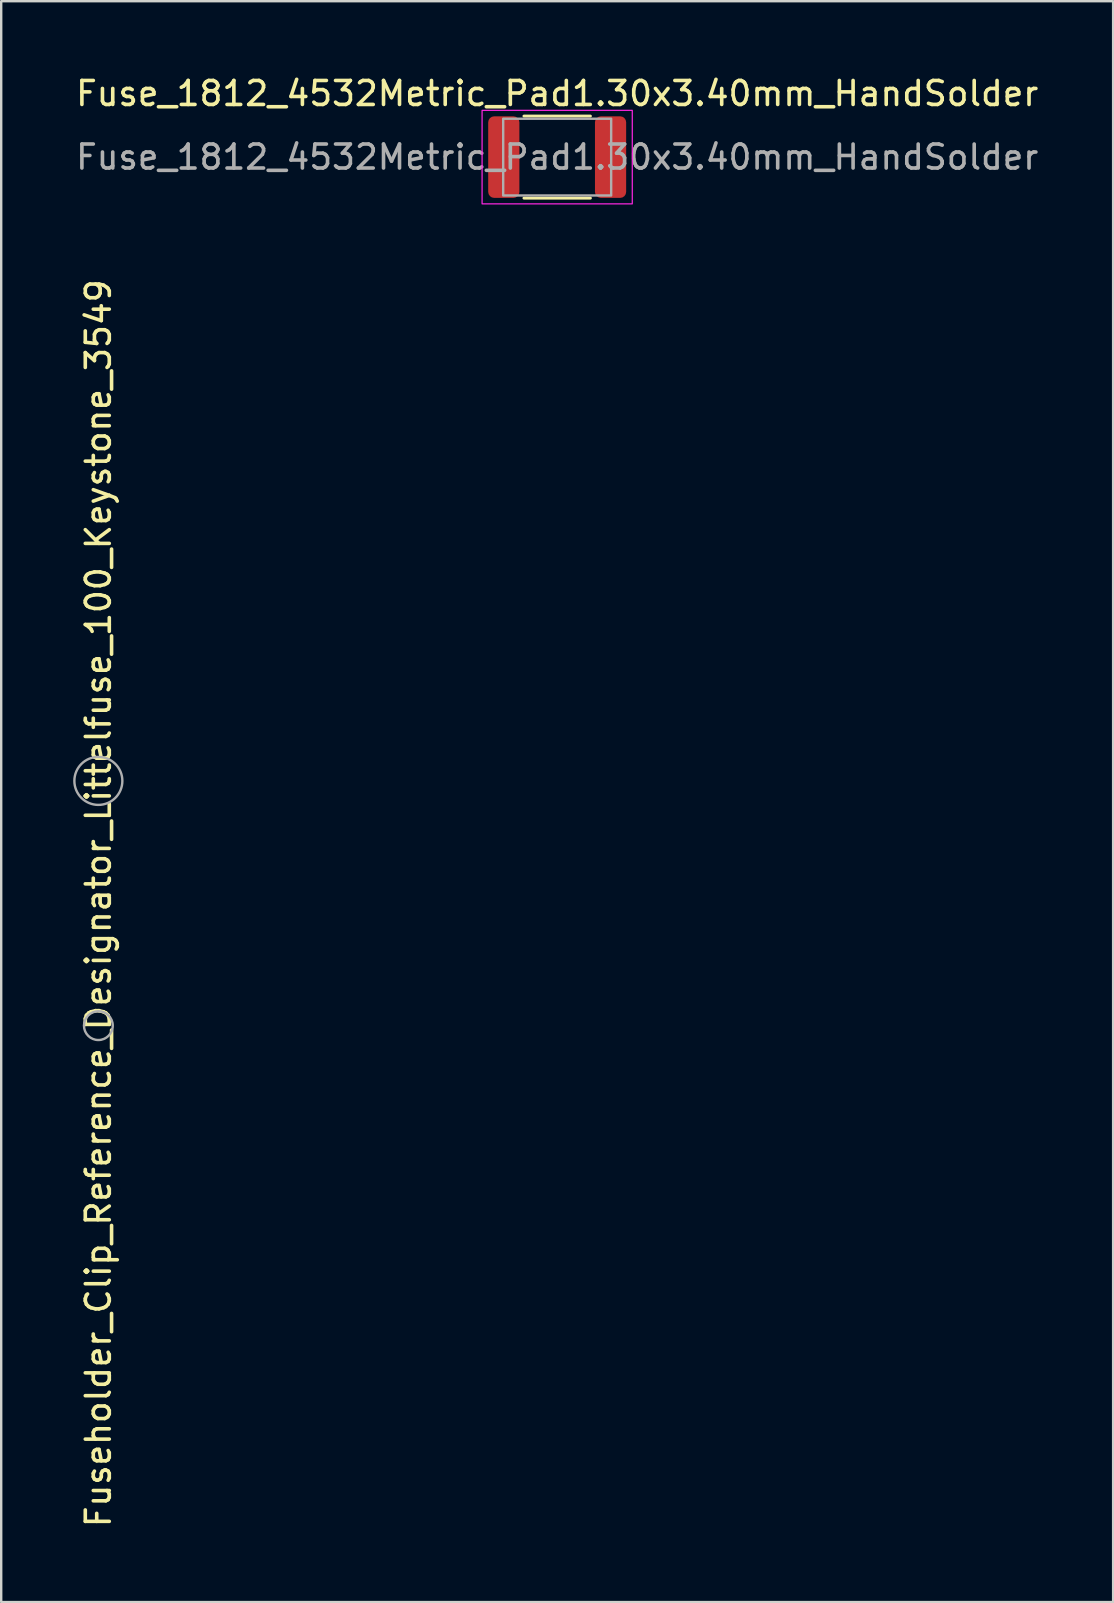
<source format=kicad_pcb>
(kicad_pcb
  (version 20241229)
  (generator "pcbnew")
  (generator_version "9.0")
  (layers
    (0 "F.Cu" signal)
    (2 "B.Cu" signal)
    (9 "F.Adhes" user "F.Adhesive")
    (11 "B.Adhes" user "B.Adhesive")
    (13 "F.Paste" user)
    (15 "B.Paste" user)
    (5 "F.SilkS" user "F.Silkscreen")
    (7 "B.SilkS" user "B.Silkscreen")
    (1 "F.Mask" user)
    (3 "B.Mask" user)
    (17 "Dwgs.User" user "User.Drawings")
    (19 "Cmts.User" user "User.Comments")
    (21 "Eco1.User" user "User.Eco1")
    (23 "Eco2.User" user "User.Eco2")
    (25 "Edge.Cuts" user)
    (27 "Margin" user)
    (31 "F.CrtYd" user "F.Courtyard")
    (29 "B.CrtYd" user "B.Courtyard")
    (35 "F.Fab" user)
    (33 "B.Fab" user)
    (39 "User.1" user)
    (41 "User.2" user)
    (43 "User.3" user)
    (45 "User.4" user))
  (footprint "Fuseholder_Clip_Reference_Designator_Littelfuse_100_Keystone_3549"
    (layer "F.Cu")
    (at 1.05 29.498)
    (property "Reference" "Fuseholder_Clip_Reference_Designator_Littelfuse_100_Keystone_3549" (at 0 5.1 90) (unlocked yes) (layer "F.SilkS") (effects (font (size 1 1) (thickness 0.15))))
    (fp_circle (center 0 0) (end 1 0) (stroke (width 0.1) (type default)) (fill no) (layer "F.Fab"))
    (fp_circle (center 0 10.2) (end 0.6 10.2) (stroke (width 0.1) (type default)) (fill no) (layer "F.Fab")))
  (footprint "Fuse_1812_4532Metric_Pad1.30x3.40mm_HandSolder"
    (layer "F.Cu")
    (at 20.173 3.498)
    (property "Reference" "Fuse_1812_4532Metric_Pad1.30x3.40mm_HandSolder" (at 0 -2.65 0) (layer "F.SilkS") (effects (font (size 1 1) (thickness 0.15))))
    (attr smd)
    (fp_line (start -1.386 -1.71) (end 1.386 -1.71) (stroke (width 0.12) (type solid)) (layer "F.SilkS"))
    (fp_line (start -1.386 1.71) (end 1.386 1.71) (stroke (width 0.12) (type solid)) (layer "F.SilkS"))
    (fp_rect (start -3.13 -1.95) (end 3.13 1.95) (stroke (width 0.05) (type solid)) (fill no) (layer "F.CrtYd"))
    (fp_rect (start -2.25 -1.6) (end 2.25 1.6) (stroke (width 0.1) (type solid)) (fill no) (layer "F.Fab"))
    (fp_text user "${REFERENCE}" (at 0 0 0) (layer "F.Fab") (effects (font (size 1 1) (thickness 0.15))))
    (pad "1" smd roundrect (at -2.225 0) (size 1.3 3.4) (layers "F.Cu" "F.Mask" "F.Paste") (roundrect_rratio 0.192))
    (pad "2" smd roundrect (at 2.225 0) (size 1.3 3.4) (layers "F.Cu" "F.Mask" "F.Paste") (roundrect_rratio 0.192)))
  (gr_rect
    (start -3 -3)
    (end 43.345 63.723)
    (stroke (width 0.1) (type default))
    (fill no)
    (layer "Edge.Cuts")))
</source>
